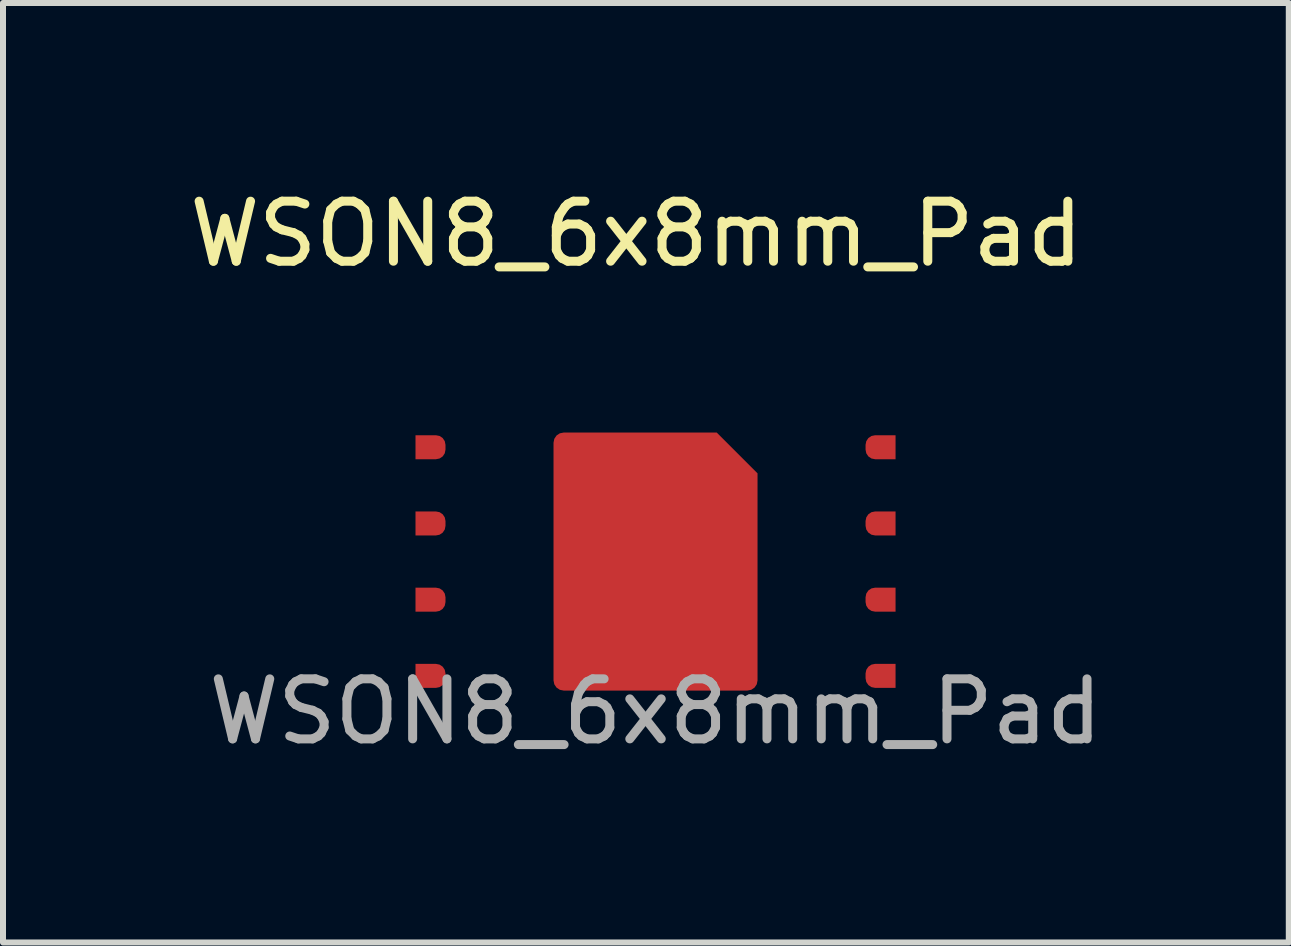
<source format=kicad_pcb>
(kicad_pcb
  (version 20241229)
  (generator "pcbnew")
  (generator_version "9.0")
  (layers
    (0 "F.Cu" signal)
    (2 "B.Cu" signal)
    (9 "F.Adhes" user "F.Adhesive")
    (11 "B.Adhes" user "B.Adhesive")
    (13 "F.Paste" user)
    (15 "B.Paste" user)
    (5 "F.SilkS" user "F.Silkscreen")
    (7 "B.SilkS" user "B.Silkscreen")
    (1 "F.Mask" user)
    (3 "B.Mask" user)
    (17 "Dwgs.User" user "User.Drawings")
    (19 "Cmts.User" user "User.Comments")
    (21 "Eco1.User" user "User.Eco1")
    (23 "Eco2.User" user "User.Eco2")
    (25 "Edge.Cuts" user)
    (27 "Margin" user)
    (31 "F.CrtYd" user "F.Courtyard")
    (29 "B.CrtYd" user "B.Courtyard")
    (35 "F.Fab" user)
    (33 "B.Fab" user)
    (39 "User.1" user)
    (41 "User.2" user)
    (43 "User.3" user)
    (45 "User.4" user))
  (footprint "WSON8_6x8mm_Pad"
    (layer "F.Cu")
    (at 7.874 6.308)
    (property "Reference" "WSON8_6x8mm_Pad" (at -0.32 -5.46 0) (unlocked yes) (layer "F.SilkS") (effects (font (size 1 1) (thickness 0.15))))
    (attr smd)
    (fp_text user "${REFERENCE}" (at 0 2.5 0) (unlocked yes) (layer "F.Fab") (effects (font (size 1 1) (thickness 0.15))))
    (pad "1" smd roundrect (at 3.75 -1.905 180) (size 0.5 0.4) (layers "F.Cu" "F.Mask") (roundrect_rratio 0.4) (chamfer_ratio 0) (chamfer top_left bottom_left))
    (pad "2" smd roundrect (at 3.75 -0.635 180) (size 0.5 0.4) (layers "F.Cu" "F.Mask") (roundrect_rratio 0.4) (chamfer_ratio 0) (chamfer top_left bottom_left))
    (pad "3" smd roundrect (at 3.75 0.635 180) (size 0.5 0.4) (layers "F.Cu" "F.Mask") (roundrect_rratio 0.4) (chamfer_ratio 0) (chamfer top_left bottom_left))
    (pad "4" smd roundrect (at 3.75 1.905 180) (size 0.5 0.4) (layers "F.Cu" "F.Mask") (roundrect_rratio 0.4) (chamfer_ratio 0) (chamfer top_left bottom_left))
    (pad "5" smd roundrect (at -3.75 1.905) (size 0.5 0.4) (layers "F.Cu" "F.Mask") (roundrect_rratio 0.4) (chamfer_ratio 0) (chamfer top_left bottom_left))
    (pad "6" smd roundrect (at -3.75 0.635) (size 0.5 0.4) (layers "F.Cu" "F.Mask") (roundrect_rratio 0.4) (chamfer_ratio 0) (chamfer top_left bottom_left))
    (pad "7" smd roundrect (at -3.75 -0.635) (size 0.5 0.4) (layers "F.Cu" "F.Mask") (roundrect_rratio 0.4) (chamfer_ratio 0) (chamfer top_left bottom_left))
    (pad "8" smd roundrect (at -3.75 -1.905) (size 0.5 0.4) (layers "F.Cu" "F.Mask") (roundrect_rratio 0.4) (chamfer_ratio 0) (chamfer top_left bottom_left))
    (pad "9" smd roundrect (at 0 0 270) (size 4.3 3.4) (layers "F.Cu" "F.Mask") (roundrect_rratio 0.05) (chamfer_ratio 0.2) (chamfer top_left)))
  (gr_rect
    (start -3 -3)
    (end 18.427 12.656)
    (stroke (width 0.1) (type default))
    (fill no)
    (layer "Edge.Cuts")))
</source>
